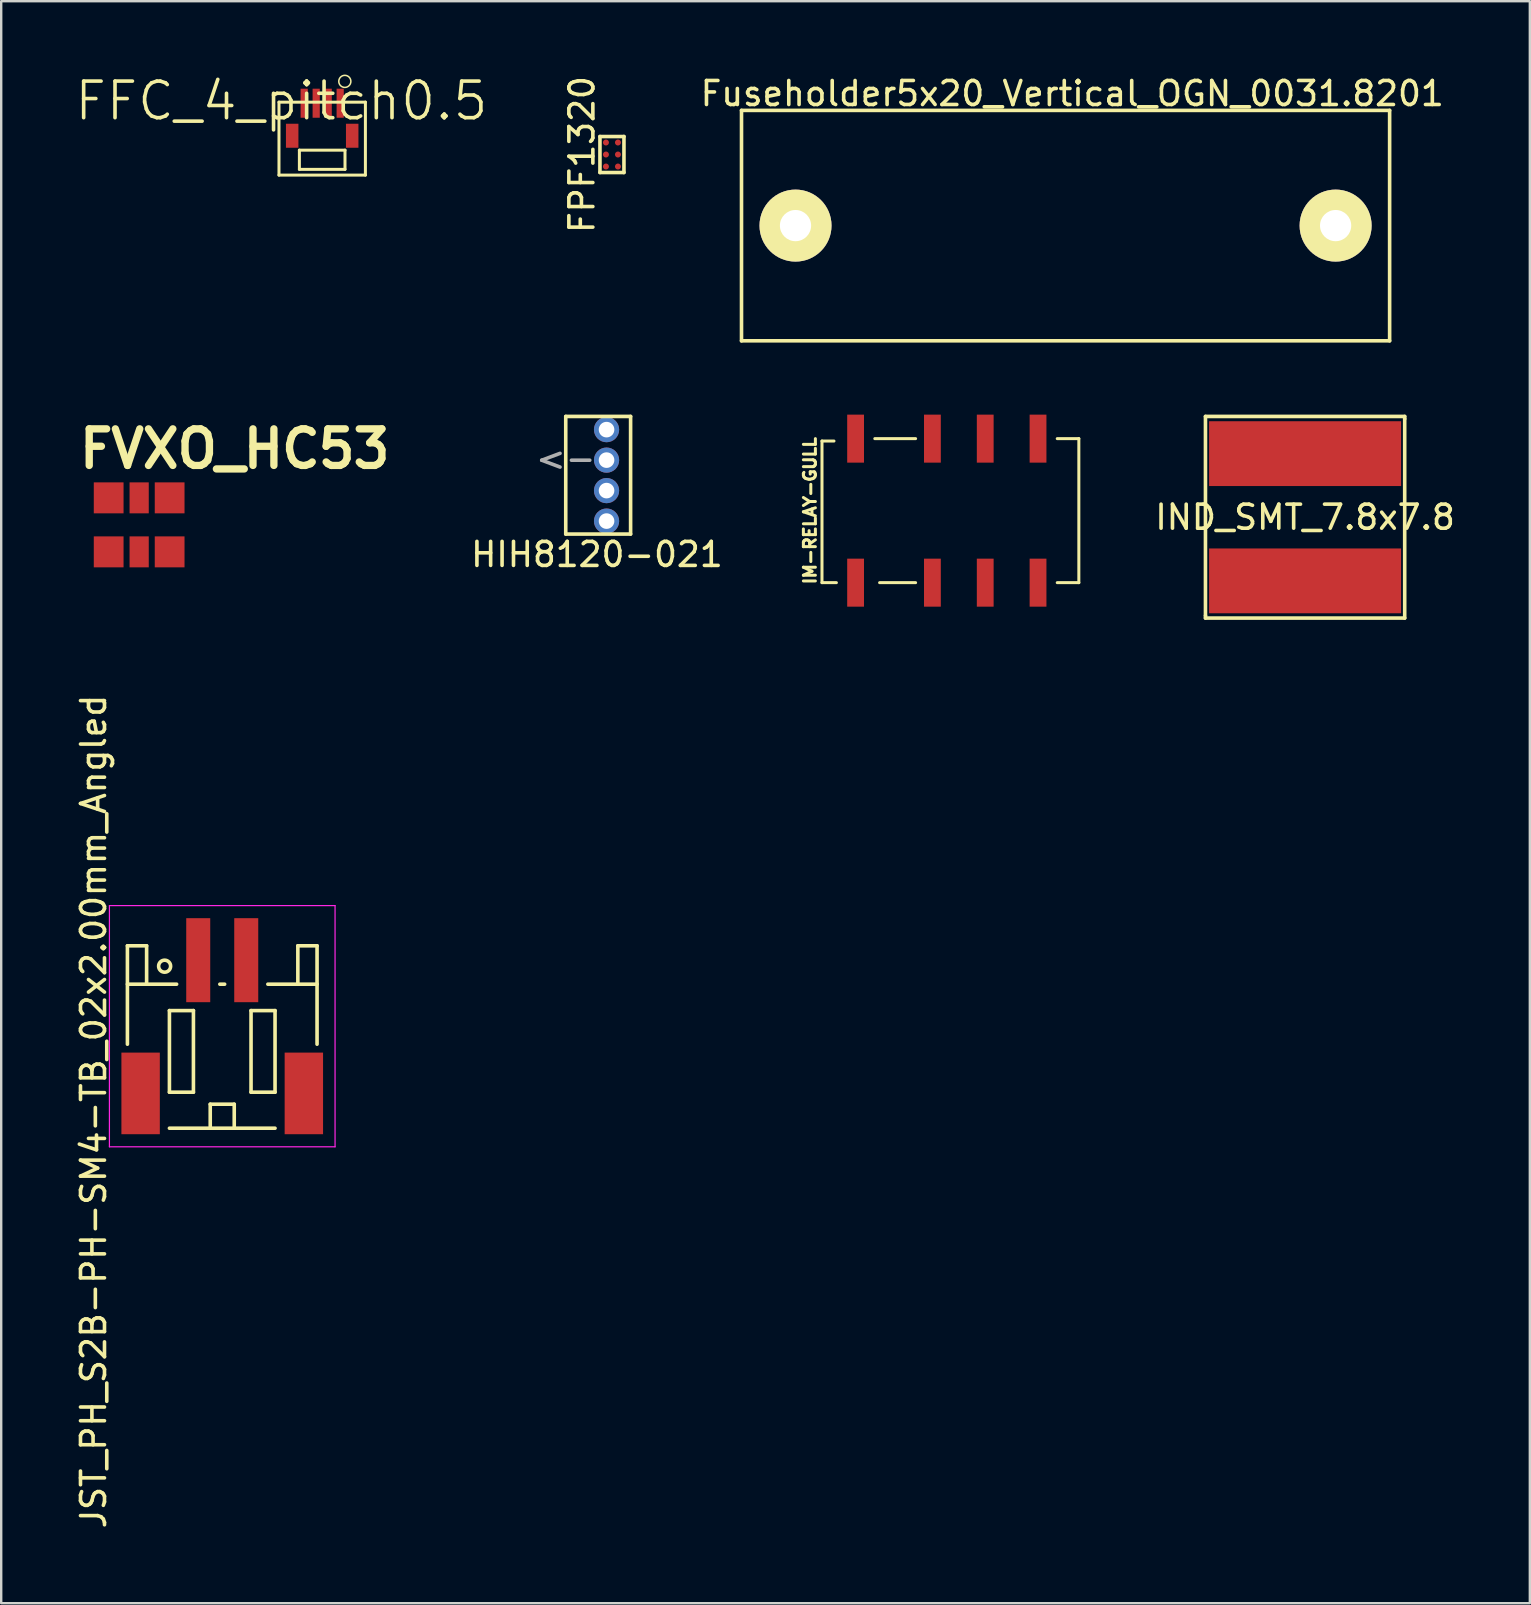
<source format=kicad_pcb>
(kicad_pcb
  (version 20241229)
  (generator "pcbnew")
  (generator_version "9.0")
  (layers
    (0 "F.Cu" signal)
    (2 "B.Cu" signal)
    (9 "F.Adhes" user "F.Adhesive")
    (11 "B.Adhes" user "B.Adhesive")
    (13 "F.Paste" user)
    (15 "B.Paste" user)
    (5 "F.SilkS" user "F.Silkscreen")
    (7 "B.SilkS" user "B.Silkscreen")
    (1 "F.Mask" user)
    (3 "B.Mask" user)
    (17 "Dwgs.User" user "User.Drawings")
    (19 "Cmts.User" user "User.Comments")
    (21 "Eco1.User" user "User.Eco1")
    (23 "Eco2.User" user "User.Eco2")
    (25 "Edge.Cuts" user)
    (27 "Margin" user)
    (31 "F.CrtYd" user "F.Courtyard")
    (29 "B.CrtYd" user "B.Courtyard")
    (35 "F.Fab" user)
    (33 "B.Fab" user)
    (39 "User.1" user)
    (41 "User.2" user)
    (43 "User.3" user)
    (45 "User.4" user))
  (footprint "FPF1320"
    (layer "F.Cu")
    (at 22.443 3.387)
    (property "Reference" "FPF1320" (at -1.25 0 90) (layer "F.SilkS") (effects (font (size 1 1) (thickness 0.15))))
    (attr through_hole)
    (fp_line (start -0.5 -0.75) (end -0.5 0.75) (stroke (width 0.15) (type solid)) (layer "F.SilkS"))
    (fp_line (start -0.5 0.75) (end 0.5 0.75) (stroke (width 0.15) (type solid)) (layer "F.SilkS"))
    (fp_line (start 0.5 -0.75) (end -0.5 -0.75) (stroke (width 0.15) (type solid)) (layer "F.SilkS"))
    (fp_line (start 0.5 0.75) (end 0.5 -0.75) (stroke (width 0.15) (type solid)) (layer "F.SilkS"))
    (pad "A1" smd circle (at -0.25 -0.5) (size 0.25 0.25) (layers "F.Cu" "F.Mask" "F.Paste"))
    (pad "A2" smd circle (at 0.25 -0.5) (size 0.25 0.25) (layers "F.Cu" "F.Mask" "F.Paste"))
    (pad "B1" smd circle (at -0.25 0) (size 0.25 0.25) (layers "F.Cu" "F.Mask" "F.Paste"))
    (pad "B2" smd circle (at 0.25 0) (size 0.25 0.25) (layers "F.Cu" "F.Mask" "F.Paste"))
    (pad "C1" smd circle (at -0.25 0.5) (size 0.25 0.25) (layers "F.Cu" "F.Mask" "F.Paste"))
    (pad "C2" smd circle (at 0.25 0.5) (size 0.25 0.25) (layers "F.Cu" "F.Mask" "F.Paste")))
  (footprint "FFC_4_pitch0.5"
    (layer "F.Cu")
    (at 10.372 2.605)
    (property "Reference" "FFC_4_pitch0.5" (at -1.7 -1.45 0) (layer "F.SilkS") (effects (font (size 1.524 1.524) (thickness 0.15))))
    (attr smd)
    (fp_line (start -1.8 -1.4) (end -1.8 1.64) (stroke (width 0.125) (type solid)) (layer "F.SilkS"))
    (fp_line (start -1.8 1.64) (end 1.8 1.64) (stroke (width 0.125) (type solid)) (layer "F.SilkS"))
    (fp_line (start -0.95 0.6) (end 0.95 0.6) (stroke (width 0.125) (type solid)) (layer "F.SilkS"))
    (fp_line (start -0.95 1.4) (end -0.95 0.6) (stroke (width 0.125) (type solid)) (layer "F.SilkS"))
    (fp_line (start 0.95 0.6) (end 0.95 1.4) (stroke (width 0.125) (type solid)) (layer "F.SilkS"))
    (fp_line (start 0.95 1.4) (end -0.95 1.4) (stroke (width 0.125) (type solid)) (layer "F.SilkS"))
    (fp_line (start 1.8 -1.4) (end -1.8 -1.4) (stroke (width 0.125) (type solid)) (layer "F.SilkS"))
    (fp_line (start 1.8 1.64) (end 1.8 -1.4) (stroke (width 0.125) (type solid)) (layer "F.SilkS"))
    (fp_circle (center 0.943 -2.265) (end 1.121 -2.443) (stroke (width 0.064) (type solid)) (fill no) (layer "F.SilkS"))
    (pad "1" smd rect (at 0.75 -1.355) (size 0.3 1.21) (layers "F.Cu" "F.Mask" "F.Paste"))
    (pad "2" smd rect (at 0.25 -1.355) (size 0.3 1.21) (layers "F.Cu" "F.Mask" "F.Paste"))
    (pad "3" smd rect (at -0.25 -1.355) (size 0.3 1.21) (layers "F.Cu" "F.Mask" "F.Paste"))
    (pad "4" smd rect (at -0.75 -1.355) (size 0.3 1.21) (layers "F.Cu" "F.Mask" "F.Paste"))
    (pad "5" smd rect (at 1.25 0) (size 0.52 1) (layers "F.Cu" "F.Mask" "F.Paste"))
    (pad "6" smd rect (at -1.25 0) (size 0.52 1) (layers "F.Cu" "F.Mask" "F.Paste")))
  (footprint "Fuseholder5x20_Vertical_OGN_0031.8201"
    (layer "F.Cu")
    (at 41.34 6.348)
    (property "Reference" "Fuseholder5x20_Vertical_OGN_0031.8201" (at 0.279 -5.5 0) (layer "F.SilkS") (effects (font (size 1 1) (thickness 0.15))))
    (attr through_hole)
    (fp_line (start -13.5 4.8) (end -13.5 -4.8) (stroke (width 0.15) (type solid)) (layer "F.SilkS"))
    (fp_line (start -13.5 4.8) (end 13.5 4.8) (stroke (width 0.15) (type solid)) (layer "F.SilkS"))
    (fp_line (start 13.5 -4.8) (end -13.5 -4.8) (stroke (width 0.15) (type solid)) (layer "F.SilkS"))
    (fp_line (start 13.5 4.8) (end 13.5 -4.8) (stroke (width 0.15) (type solid)) (layer "F.SilkS"))
    (pad "1" thru_hole circle (at -11.25 0) (size 3 3) (drill 1.3) (layers "*.Cu" "*.Mask" "F.SilkS"))
    (pad "2" thru_hole circle (at 11.25 0) (size 3 3) (drill 1.3) (layers "*.Cu" "*.Mask" "F.SilkS")))
  (footprint "JST_PH_S2B-PH-SM4-TB_02x2.00mm_Angled"
    (layer "F.Cu")
    (at 6.208 39.725)
    (property "Reference" "JST_PH_S2B-PH-SM4-TB_02x2.00mm_Angled" (at -5.36 3.53 270) (layer "F.SilkS") (effects (font (size 1 1) (thickness 0.15))))
    (attr smd)
    (fp_line (start -3.95 -3.375) (end -3.95 0.725) (stroke (width 0.15) (type solid)) (layer "F.SilkS"))
    (fp_line (start -3.15 -3.375) (end -3.95 -3.375) (stroke (width 0.15) (type solid)) (layer "F.SilkS"))
    (fp_line (start -3.15 -1.775) (end -3.95 -1.775) (stroke (width 0.15) (type solid)) (layer "F.SilkS"))
    (fp_line (start -3.15 -1.775) (end -3.15 -3.375) (stroke (width 0.15) (type solid)) (layer "F.SilkS"))
    (fp_line (start -2.2 -0.675) (end -2.2 2.725) (stroke (width 0.15) (type solid)) (layer "F.SilkS"))
    (fp_line (start -2.2 2.725) (end -1.2 2.725) (stroke (width 0.15) (type solid)) (layer "F.SilkS"))
    (fp_line (start -2.2 4.225) (end 2.2 4.225) (stroke (width 0.15) (type solid)) (layer "F.SilkS"))
    (fp_line (start -1.9 -1.775) (end -3.15 -1.775) (stroke (width 0.15) (type solid)) (layer "F.SilkS"))
    (fp_line (start -1.2 -0.675) (end -2.2 -0.675) (stroke (width 0.15) (type solid)) (layer "F.SilkS"))
    (fp_line (start -1.2 2.725) (end -1.2 -0.675) (stroke (width 0.15) (type solid)) (layer "F.SilkS"))
    (fp_line (start -0.5 3.225) (end 0.5 3.225) (stroke (width 0.15) (type solid)) (layer "F.SilkS"))
    (fp_line (start -0.5 4.225) (end -0.5 3.225) (stroke (width 0.15) (type solid)) (layer "F.SilkS"))
    (fp_line (start -0.1 -1.775) (end 0.1 -1.775) (stroke (width 0.15) (type solid)) (layer "F.SilkS"))
    (fp_line (start 0.5 3.225) (end 0.5 4.225) (stroke (width 0.15) (type solid)) (layer "F.SilkS"))
    (fp_line (start 1.2 -0.675) (end 2.2 -0.675) (stroke (width 0.15) (type solid)) (layer "F.SilkS"))
    (fp_line (start 1.2 2.725) (end 1.2 -0.675) (stroke (width 0.15) (type solid)) (layer "F.SilkS"))
    (fp_line (start 1.9 -1.775) (end 3.15 -1.775) (stroke (width 0.15) (type solid)) (layer "F.SilkS"))
    (fp_line (start 2.2 -0.675) (end 2.2 2.725) (stroke (width 0.15) (type solid)) (layer "F.SilkS"))
    (fp_line (start 2.2 2.725) (end 1.2 2.725) (stroke (width 0.15) (type solid)) (layer "F.SilkS"))
    (fp_line (start 3.15 -3.375) (end 3.95 -3.375) (stroke (width 0.15) (type solid)) (layer "F.SilkS"))
    (fp_line (start 3.15 -1.775) (end 3.15 -3.375) (stroke (width 0.15) (type solid)) (layer "F.SilkS"))
    (fp_line (start 3.15 -1.775) (end 3.95 -1.775) (stroke (width 0.15) (type solid)) (layer "F.SilkS"))
    (fp_line (start 3.95 -3.375) (end 3.95 0.725) (stroke (width 0.15) (type solid)) (layer "F.SilkS"))
    (fp_circle (center -2.4 -2.525) (end -2.15 -2.525) (stroke (width 0.15) (type solid)) (fill no) (layer "F.SilkS"))
    (fp_line (start -4.7 -5.05) (end 4.7 -5.05) (stroke (width 0.05) (type solid)) (layer "F.CrtYd"))
    (fp_line (start -4.7 5) (end -4.7 -5.05) (stroke (width 0.05) (type solid)) (layer "F.CrtYd"))
    (fp_line (start 4.7 -5.05) (end 4.7 5) (stroke (width 0.05) (type solid)) (layer "F.CrtYd"))
    (fp_line (start 4.7 5) (end -4.7 5) (stroke (width 0.05) (type solid)) (layer "F.CrtYd"))
    (pad "" smd rect (at -3.4 2.775) (size 1.6 3.4) (layers "F.Cu" "F.Mask" "F.Paste"))
    (pad "" smd rect (at 3.4 2.775) (size 1.6 3.4) (layers "F.Cu" "F.Mask" "F.Paste"))
    (pad "1" smd rect (at -1 -2.775) (size 1 3.5) (layers "F.Cu" "F.Mask" "F.Paste"))
    (pad "2" smd rect (at 1 -2.775) (size 1 3.5) (layers "F.Cu" "F.Mask" "F.Paste")))
  (footprint "FVXO_HC53"
    (layer "F.Cu")
    (at 2.747 18.815)
    (property "Reference" "FVXO_HC53" (at 3.98 -3.165 0) (layer "F.SilkS") (effects (font (size 1.524 1.524) (thickness 0.305))))
    (attr through_hole)
    (pad "1" smd rect (at -1.27 1.125) (size 1.24 1.29) (layers "F.Cu" "F.Mask" "F.Paste"))
    (pad "2" smd rect (at 0 1.125) (size 0.8 1.29) (layers "F.Cu" "F.Mask" "F.Paste"))
    (pad "3" smd rect (at 1.27 1.125) (size 1.24 1.29) (layers "F.Cu" "F.Mask" "F.Paste"))
    (pad "4" smd rect (at 1.27 -1.125) (size 1.24 1.29) (layers "F.Cu" "F.Mask" "F.Paste"))
    (pad "5" smd rect (at 0 -1.125) (size 0.8 1.29) (layers "F.Cu" "F.Mask" "F.Paste"))
    (pad "6" smd rect (at -1.27 -1.125) (size 1.24 1.29) (layers "F.Cu" "F.Mask" "F.Paste")))
  (footprint "IND_SMT_7.8x7.8"
    (layer "F.Cu")
    (at 51.318 18.498)
    (property "Reference" "IND_SMT_7.8x7.8" (at 0 0 0) (layer "F.SilkS") (effects (font (size 1 1) (thickness 0.15))))
    (attr through_hole)
    (fp_line (start -4.15 -4.2) (end -4.15 4.1) (stroke (width 0.15) (type solid)) (layer "F.SilkS"))
    (fp_line (start -4.15 4.1) (end -4.15 4.2) (stroke (width 0.15) (type solid)) (layer "F.SilkS"))
    (fp_line (start -4.15 4.2) (end 4.15 4.2) (stroke (width 0.15) (type solid)) (layer "F.SilkS"))
    (fp_line (start 4.15 -4.2) (end -4.15 -4.2) (stroke (width 0.15) (type solid)) (layer "F.SilkS"))
    (fp_line (start 4.15 -4.1) (end 4.15 -4.2) (stroke (width 0.15) (type solid)) (layer "F.SilkS"))
    (fp_line (start 4.15 4.2) (end 4.15 -4.1) (stroke (width 0.15) (type solid)) (layer "F.SilkS"))
    (pad "1" smd rect (at 0 -2.65) (size 8 2.7) (layers "F.Cu" "F.Mask" "F.Paste"))
    (pad "2" smd rect (at 0 2.65) (size 8 2.7) (layers "F.Cu" "F.Mask" "F.Paste")))
  (footprint "IM-RELAY-GULL"
    (layer "F.Cu")
    (at 35.793 18.223)
    (property "Reference" "IM-RELAY-GULL" (at -5.1 0 90) (layer "F.SilkS") (effects (font (size 0.5 0.5) (thickness 0.125))))
    (attr through_hole)
    (fp_line (start -4.6 -2.9) (end -4.6 3) (stroke (width 0.125) (type solid)) (layer "F.SilkS"))
    (fp_line (start -4.6 -2.9) (end -4.1 -2.9) (stroke (width 0.125) (type solid)) (layer "F.SilkS"))
    (fp_line (start -4.6 3) (end -4 3) (stroke (width 0.125) (type solid)) (layer "F.SilkS"))
    (fp_line (start -2.4 -3) (end -0.7 -3) (stroke (width 0.125) (type solid)) (layer "F.SilkS"))
    (fp_line (start -2.2 3) (end -0.7 3) (stroke (width 0.125) (type solid)) (layer "F.SilkS"))
    (fp_line (start 5.2 -3) (end 6.1 -3) (stroke (width 0.125) (type solid)) (layer "F.SilkS"))
    (fp_line (start 6.1 -3) (end 6.1 3) (stroke (width 0.125) (type solid)) (layer "F.SilkS"))
    (fp_line (start 6.1 3) (end 5.2 3) (stroke (width 0.125) (type solid)) (layer "F.SilkS"))
    (pad "1" smd rect (at -3.2 3) (size 0.7 2) (layers "F.Cu" "F.Mask" "F.Paste"))
    (pad "2" smd rect (at 0 3) (size 0.7 2) (layers "F.Cu" "F.Mask" "F.Paste"))
    (pad "3" smd rect (at 2.2 3) (size 0.7 2) (layers "F.Cu" "F.Mask" "F.Paste"))
    (pad "4" smd rect (at 4.4 3) (size 0.7 2) (layers "F.Cu" "F.Mask" "F.Paste"))
    (pad "5" smd rect (at 4.4 -3) (size 0.7 2) (layers "F.Cu" "F.Mask" "F.Paste"))
    (pad "6" smd rect (at 2.2 -3) (size 0.7 2) (layers "F.Cu" "F.Mask" "F.Paste"))
    (pad "7" smd rect (at 0 -3) (size 0.7 2) (layers "F.Cu" "F.Mask" "F.Paste"))
    (pad "8" smd rect (at -3.2 -3) (size 0.7 2) (layers "F.Cu" "F.Mask" "F.Paste")))
  (footprint "HIH8120-021"
    (layer "F.Cu")
    (at 21.718 16.748)
    (property "Reference" "HIH8120-021" (at 0.1 3.3 0) (layer "F.SilkS") (effects (font (size 1 1) (thickness 0.15))))
    (attr through_hole)
    (fp_line (start -1.2 -2.45) (end -1.2 2.45) (stroke (width 0.15) (type solid)) (layer "F.SilkS"))
    (fp_line (start -1.2 -2.45) (end 1.502 -2.45) (stroke (width 0.15) (type solid)) (layer "F.SilkS"))
    (fp_line (start -1.2 2.45) (end 1.502 2.45) (stroke (width 0.15) (type solid)) (layer "F.SilkS"))
    (fp_line (start 1.502 -2.45) (end 1.502 2.45) (stroke (width 0.15) (type solid)) (layer "F.SilkS"))
    (fp_text user "<-" (at -1.2 -0.7 0) (layer "F.Fab") (effects (font (size 1 1) (thickness 0.15))))
    (pad "1" thru_hole circle (at 0.5 -1.9) (size 1.05 1.05) (drill 0.65) (layers "*.Cu" "*.Mask"))
    (pad "2" thru_hole circle (at 0.5 -0.63) (size 1.05 1.05) (drill 0.65) (layers "*.Cu" "*.Mask"))
    (pad "3" thru_hole circle (at 0.5 0.64) (size 1.05 1.05) (drill 0.65) (layers "*.Cu" "*.Mask"))
    (pad "4" thru_hole circle (at 0.5 1.91) (size 1.05 1.05) (drill 0.65) (layers "*.Cu" "*.Mask")))
  (gr_rect
    (start -3 -3)
    (end 60.681 63.738)
    (stroke (width 0.1) (type default))
    (fill no)
    (layer "Edge.Cuts")))
</source>
